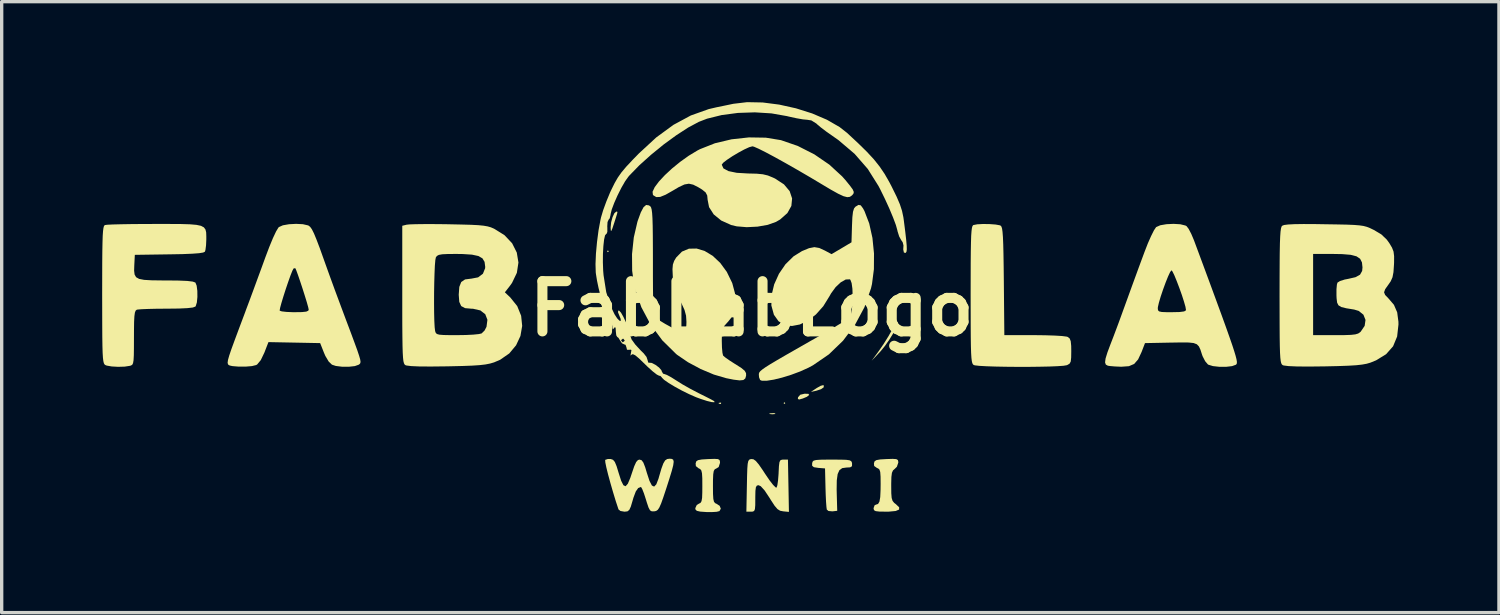
<source format=kicad_pcb>
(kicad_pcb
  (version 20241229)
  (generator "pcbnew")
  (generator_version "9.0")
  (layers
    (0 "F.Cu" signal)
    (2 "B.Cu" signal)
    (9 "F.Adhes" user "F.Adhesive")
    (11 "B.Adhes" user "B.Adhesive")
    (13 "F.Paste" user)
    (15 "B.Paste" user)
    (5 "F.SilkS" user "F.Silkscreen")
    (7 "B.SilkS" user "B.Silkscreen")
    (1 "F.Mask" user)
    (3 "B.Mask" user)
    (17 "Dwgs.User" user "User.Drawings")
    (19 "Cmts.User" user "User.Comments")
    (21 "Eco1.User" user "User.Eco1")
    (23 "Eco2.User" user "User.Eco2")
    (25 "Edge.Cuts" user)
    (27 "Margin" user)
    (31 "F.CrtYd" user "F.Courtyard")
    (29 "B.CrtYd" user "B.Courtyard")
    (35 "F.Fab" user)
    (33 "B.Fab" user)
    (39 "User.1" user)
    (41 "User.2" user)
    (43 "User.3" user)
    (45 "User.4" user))
  (footprint "FabLabLogo"
    (layer "F.Cu")
    (at 19.393 6.165)
    (property "Reference" "FabLabLogo" (at 0 0 0) (layer "F.SilkS") (effects (font (size 1.5 1.5) (thickness 0.3))))
    (attr board_only exclude_from_pos_files exclude_from_bom)
    (fp_poly (pts (xy -4.268 -1.713) (xy -4.295 -1.686) (xy -4.321 -1.713) (xy -4.295 -1.739)) (stroke (width 0) (type solid)) (fill yes) (layer "F.SilkS"))
    (fp_poly (pts (xy 1.001 2.819) (xy 0.975 2.846) (xy 0.949 2.819) (xy 0.975 2.793)) (stroke (width 0) (type solid)) (fill yes) (layer "F.SilkS"))
    (fp_poly (pts (xy -0.913 2.811) (xy -0.921 2.842) (xy -0.949 2.846) (xy -0.992 2.826) (xy -0.984 2.811) (xy -0.921 2.804)) (stroke (width 0) (type solid)) (fill yes) (layer "F.SilkS"))
    (fp_poly (pts (xy 0.699 3.127) (xy 0.701 3.145) (xy 0.618 3.152) (xy 0.606 3.152) (xy 0.524 3.144) (xy 0.532 3.128) (xy 0.541 3.125) (xy 0.656 3.118)) (stroke (width 0) (type solid)) (fill yes) (layer "F.SilkS"))
    (fp_poly (pts (xy 2.146 2.287) (xy 2.15 2.345) (xy 2.067 2.404) (xy 1.923 2.451) (xy 1.765 2.485) (xy 1.939 2.369) (xy 2.056 2.303) (xy 2.135 2.282)) (stroke (width 0) (type solid)) (fill yes) (layer "F.SilkS"))
    (fp_poly (pts (xy 1.69 2.542) (xy 1.714 2.575) (xy 1.648 2.629) (xy 1.525 2.681) (xy 1.415 2.712) (xy 1.377 2.696) (xy 1.38 2.647) (xy 1.446 2.57) (xy 1.574 2.539)) (stroke (width 0) (type solid)) (fill yes) (layer "F.SilkS"))
    (fp_poly (pts (xy -4.02 -2.898) (xy -4.011 -2.882) (xy -4.022 -2.829) (xy -4.057 -2.717) (xy -4.108 -2.556) (xy -4.163 -2.391) (xy -4.194 -2.319) (xy -4.208 -2.33) (xy -4.213 -2.415) (xy -4.213 -2.427) (xy -4.198 -2.581) (xy -4.156 -2.734) (xy -4.101 -2.851) (xy -4.045 -2.898)) (stroke (width 0) (type solid)) (fill yes) (layer "F.SilkS"))
    (fp_poly (pts (xy 4.356 0.455) (xy 4.304 0.583) (xy 4.214 0.75) (xy 4.1 0.935) (xy 3.973 1.115) (xy 3.849 1.268) (xy 3.831 1.287) (xy 3.579 1.555) (xy 3.791 1.265) (xy 3.937 1.053) (xy 4.085 0.815) (xy 4.168 0.668) (xy 4.254 0.517) (xy 4.322 0.417) (xy 4.358 0.388)) (stroke (width 0) (type solid)) (fill yes) (layer "F.SilkS"))
    (fp_poly (pts (xy 2.651 4.507) (xy 2.818 4.512) (xy 2.918 4.526) (xy 2.968 4.552) (xy 2.989 4.593) (xy 2.994 4.624) (xy 2.992 4.703) (xy 2.937 4.737) (xy 2.822 4.743) (xy 2.701 4.76) (xy 2.617 4.82) (xy 2.564 4.937) (xy 2.538 5.125) (xy 2.534 5.398) (xy 2.537 5.533) (xy 2.551 6.034) (xy 2.408 6.051) (xy 2.29 6.04) (xy 2.24 5.998) (xy 2.229 5.919) (xy 2.217 5.76) (xy 2.207 5.545) (xy 2.201 5.349) (xy 2.187 4.769) (xy 1.986 4.753) (xy 1.855 4.733) (xy 1.803 4.691) (xy 1.802 4.621) (xy 1.814 4.57) (xy 1.847 4.537) (xy 1.92 4.518) (xy 2.051 4.509) (xy 2.259 4.506) (xy 2.398 4.506)) (stroke (width 0) (type solid)) (fill yes) (layer "F.SilkS"))
    (fp_poly (pts (xy -1.01 4.49) (xy -0.962 4.518) (xy -0.949 4.573) (xy -0.949 4.605) (xy -0.988 4.727) (xy -1.054 4.769) (xy -1.104 4.794) (xy -1.135 4.846) (xy -1.151 4.944) (xy -1.158 5.111) (xy -1.159 5.296) (xy -1.157 5.53) (xy -1.148 5.679) (xy -1.128 5.764) (xy -1.092 5.807) (xy -1.059 5.821) (xy -0.959 5.885) (xy -0.924 5.972) (xy -0.965 6.043) (xy -1.048 6.064) (xy -1.2 6.073) (xy -1.357 6.071) (xy -1.54 6.058) (xy -1.64 6.035) (xy -1.681 5.995) (xy -1.686 5.956) (xy -1.642 5.861) (xy -1.581 5.823) (xy -1.531 5.798) (xy -1.5 5.747) (xy -1.483 5.648) (xy -1.477 5.481) (xy -1.476 5.296) (xy -1.477 5.064) (xy -1.486 4.916) (xy -1.506 4.83) (xy -1.541 4.787) (xy -1.584 4.768) (xy -1.669 4.7) (xy -1.676 4.62) (xy -1.657 4.558) (xy -1.604 4.522) (xy -1.494 4.502) (xy -1.304 4.49) (xy -1.116 4.484)) (stroke (width 0) (type solid)) (fill yes) (layer "F.SilkS"))
    (fp_poly (pts (xy 4.313 4.491) (xy 4.361 4.518) (xy 4.374 4.572) (xy 4.374 4.596) (xy 4.332 4.719) (xy 4.268 4.783) (xy 4.216 4.829) (xy 4.184 4.901) (xy 4.168 5.024) (xy 4.163 5.222) (xy 4.163 5.292) (xy 4.165 5.511) (xy 4.176 5.65) (xy 4.203 5.737) (xy 4.251 5.797) (xy 4.303 5.837) (xy 4.4 5.93) (xy 4.398 5.997) (xy 4.297 6.04) (xy 4.094 6.059) (xy 4.002 6.06) (xy 3.809 6.057) (xy 3.699 6.044) (xy 3.649 6.015) (xy 3.636 5.962) (xy 3.636 5.955) (xy 3.667 5.869) (xy 3.71 5.849) (xy 3.77 5.83) (xy 3.811 5.76) (xy 3.835 5.625) (xy 3.845 5.41) (xy 3.847 5.234) (xy 3.845 5.015) (xy 3.835 4.878) (xy 3.812 4.804) (xy 3.771 4.768) (xy 3.739 4.757) (xy 3.654 4.696) (xy 3.647 4.617) (xy 3.666 4.557) (xy 3.721 4.521) (xy 3.833 4.501) (xy 4.018 4.49) (xy 4.207 4.484)) (stroke (width 0) (type solid)) (fill yes) (layer "F.SilkS"))
    (fp_poly (pts (xy 0.05 4.496) (xy 0.121 4.546) (xy 0.211 4.653) (xy 0.334 4.831) (xy 0.398 4.93) (xy 0.528 5.121) (xy 0.637 5.261) (xy 0.713 5.336) (xy 0.74 5.342) (xy 0.764 5.27) (xy 0.785 5.123) (xy 0.8 4.93) (xy 0.801 4.901) (xy 0.811 4.7) (xy 0.826 4.582) (xy 0.855 4.525) (xy 0.905 4.507) (xy 0.949 4.506) (xy 1.08 4.506) (xy 1.095 5.286) (xy 1.109 6.067) (xy 0.937 6.05) (xy 0.845 6.032) (xy 0.767 5.983) (xy 0.683 5.885) (xy 0.574 5.719) (xy 0.533 5.652) (xy 0.384 5.428) (xy 0.269 5.301) (xy 0.203 5.27) (xy 0.153 5.281) (xy 0.123 5.33) (xy 0.109 5.438) (xy 0.105 5.626) (xy 0.105 5.665) (xy 0.104 5.866) (xy 0.094 5.984) (xy 0.069 6.041) (xy 0.02 6.059) (xy -0.028 6.06) (xy -0.161 6.06) (xy -0.146 5.283) (xy -0.14 4.982) (xy -0.133 4.771) (xy -0.122 4.632) (xy -0.104 4.55) (xy -0.077 4.509) (xy -0.038 4.493) (xy -0.014 4.489)) (stroke (width 0) (type solid)) (fill yes) (layer "F.SilkS"))
    (fp_poly (pts (xy 7.101 -2.525) (xy 7.279 -2.512) (xy 7.405 -2.489) (xy 7.43 -2.478) (xy 7.453 -2.45) (xy 7.472 -2.391) (xy 7.486 -2.29) (xy 7.498 -2.137) (xy 7.507 -1.921) (xy 7.514 -1.631) (xy 7.52 -1.256) (xy 7.525 -0.819) (xy 7.54 0.79) (xy 8.437 0.79) (xy 8.762 0.794) (xy 9.042 0.803) (xy 9.26 0.816) (xy 9.399 0.834) (xy 9.436 0.845) (xy 9.491 0.891) (xy 9.522 0.971) (xy 9.536 1.112) (xy 9.538 1.268) (xy 9.535 1.462) (xy 9.522 1.578) (xy 9.488 1.641) (xy 9.427 1.678) (xy 9.403 1.688) (xy 9.308 1.704) (xy 9.127 1.717) (xy 8.881 1.727) (xy 8.585 1.733) (xy 8.259 1.737) (xy 7.92 1.737) (xy 7.586 1.734) (xy 7.276 1.728) (xy 7.006 1.719) (xy 6.795 1.707) (xy 6.662 1.692) (xy 6.627 1.682) (xy 6.603 1.662) (xy 6.584 1.626) (xy 6.569 1.563) (xy 6.557 1.464) (xy 6.548 1.318) (xy 6.542 1.117) (xy 6.538 0.849) (xy 6.536 0.505) (xy 6.535 0.075) (xy 6.534 -0.419) (xy 6.535 -0.942) (xy 6.536 -1.369) (xy 6.539 -1.71) (xy 6.544 -1.975) (xy 6.55 -2.173) (xy 6.56 -2.314) (xy 6.572 -2.407) (xy 6.587 -2.463) (xy 6.607 -2.491) (xy 6.618 -2.497) (xy 6.733 -2.519) (xy 6.906 -2.528)) (stroke (width 0) (type solid)) (fill yes) (layer "F.SilkS"))
    (fp_poly (pts (xy -2.386 4.485) (xy -2.345 4.51) (xy -2.331 4.569) (xy -2.345 4.675) (xy -2.388 4.842) (xy -2.462 5.084) (xy -2.547 5.349) (xy -2.638 5.624) (xy -2.706 5.815) (xy -2.76 5.937) (xy -2.807 6.006) (xy -2.856 6.039) (xy -2.91 6.05) (xy -2.984 6.051) (xy -3.037 6.021) (xy -3.082 5.937) (xy -3.135 5.78) (xy -3.161 5.694) (xy -3.219 5.515) (xy -3.271 5.383) (xy -3.306 5.324) (xy -3.309 5.323) (xy -3.391 5.355) (xy -3.462 5.456) (xy -3.532 5.641) (xy -3.558 5.731) (xy -3.611 5.909) (xy -3.657 6.008) (xy -3.712 6.051) (xy -3.794 6.06) (xy -3.803 6.06) (xy -3.92 6.04) (xy -3.978 5.994) (xy -4.061 5.743) (xy -4.143 5.472) (xy -4.221 5.202) (xy -4.289 4.952) (xy -4.341 4.742) (xy -4.372 4.59) (xy -4.377 4.517) (xy -4.376 4.514) (xy -4.295 4.487) (xy -4.21 4.488) (xy -4.142 4.512) (xy -4.088 4.576) (xy -4.036 4.701) (xy -3.975 4.901) (xy -3.899 5.138) (xy -3.832 5.271) (xy -3.767 5.301) (xy -3.7 5.226) (xy -3.625 5.048) (xy -3.581 4.916) (xy -3.509 4.705) (xy -3.451 4.578) (xy -3.397 4.518) (xy -3.348 4.506) (xy -3.288 4.525) (xy -3.237 4.594) (xy -3.182 4.734) (xy -3.132 4.901) (xy -3.053 5.142) (xy -2.982 5.279) (xy -2.915 5.312) (xy -2.85 5.244) (xy -2.784 5.073) (xy -2.77 5.022) (xy -2.699 4.779) (xy -2.641 4.621) (xy -2.587 4.53) (xy -2.526 4.489) (xy -2.452 4.479)) (stroke (width 0) (type solid)) (fill yes) (layer "F.SilkS"))
    (fp_poly (pts (xy 3.254 -3.085) (xy 3.322 -2.992) (xy 3.365 -2.912) (xy 3.506 -2.545) (xy 3.602 -2.113) (xy 3.649 -1.647) (xy 3.646 -1.178) (xy 3.589 -0.736) (xy 3.559 -0.606) (xy 3.363 -0.042) (xy 3.081 0.483) (xy 2.724 0.957) (xy 2.302 1.364) (xy 1.827 1.69) (xy 1.691 1.763) (xy 1.445 1.874) (xy 1.176 1.974) (xy 0.908 2.057) (xy 0.659 2.118) (xy 0.451 2.151) (xy 0.305 2.152) (xy 0.25 2.13) (xy 0.218 2.05) (xy 0.211 1.973) (xy 0.213 1.938) (xy 0.225 1.903) (xy 0.257 1.864) (xy 0.316 1.814) (xy 0.411 1.747) (xy 0.552 1.658) (xy 0.747 1.542) (xy 1.005 1.392) (xy 1.335 1.203) (xy 1.745 0.969) (xy 1.871 0.898) (xy 2.162 0.731) (xy 2.426 0.576) (xy 2.648 0.444) (xy 2.812 0.343) (xy 2.903 0.283) (xy 2.912 0.276) (xy 2.956 0.187) (xy 2.988 0.027) (xy 3.007 -0.174) (xy 3.012 -0.392) (xy 3.004 -0.597) (xy 2.981 -0.763) (xy 2.944 -0.862) (xy 2.926 -0.876) (xy 2.805 -0.871) (xy 2.658 -0.788) (xy 2.505 -0.645) (xy 2.368 -0.458) (xy 2.322 -0.376) (xy 2.134 -0.072) (xy 1.915 0.173) (xy 1.678 0.356) (xy 1.435 0.472) (xy 1.199 0.517) (xy 0.983 0.486) (xy 0.799 0.375) (xy 0.661 0.182) (xy 0.585 -0.094) (xy 0.591 -0.404) (xy 0.669 -0.726) (xy 0.811 -1.041) (xy 1.007 -1.327) (xy 1.249 -1.564) (xy 1.499 -1.719) (xy 1.709 -1.806) (xy 1.869 -1.837) (xy 2.015 -1.812) (xy 2.18 -1.736) (xy 2.382 -1.628) (xy 2.68 -1.804) (xy 2.977 -1.981) (xy 2.992 -2.479) (xy 3.003 -2.729) (xy 3.022 -2.893) (xy 3.053 -2.992) (xy 3.094 -3.043) (xy 3.186 -3.098)) (stroke (width 0) (type solid)) (fill yes) (layer "F.SilkS"))
    (fp_poly (pts (xy 0.419 -5.105) (xy 0.872 -5.031) (xy 1.375 -4.857) (xy 1.866 -4.608) (xy 2.316 -4.3) (xy 2.698 -3.949) (xy 2.794 -3.841) (xy 2.935 -3.668) (xy 3.016 -3.556) (xy 3.046 -3.483) (xy 3.034 -3.431) (xy 2.993 -3.383) (xy 2.93 -3.339) (xy 2.85 -3.329) (xy 2.738 -3.358) (xy 2.579 -3.432) (xy 2.358 -3.555) (xy 2.15 -3.679) (xy 1.75 -3.918) (xy 1.366 -4.142) (xy 1.008 -4.346) (xy 0.689 -4.523) (xy 0.419 -4.667) (xy 0.208 -4.773) (xy 0.069 -4.834) (xy 0.02 -4.847) (xy -0.076 -4.821) (xy -0.224 -4.753) (xy -0.401 -4.657) (xy -0.581 -4.55) (xy -0.74 -4.444) (xy -0.853 -4.356) (xy -0.896 -4.299) (xy -0.846 -4.188) (xy -0.696 -4.107) (xy -0.45 -4.056) (xy -0.108 -4.036) (xy -0.108 -4.036) (xy 0.146 -4.03) (xy 0.331 -4.012) (xy 0.481 -3.976) (xy 0.632 -3.914) (xy 0.696 -3.884) (xy 0.961 -3.711) (xy 1.131 -3.509) (xy 1.204 -3.29) (xy 1.182 -3.067) (xy 1.063 -2.854) (xy 0.847 -2.663) (xy 0.72 -2.589) (xy 0.475 -2.502) (xy 0.171 -2.449) (xy -0.151 -2.433) (xy -0.451 -2.458) (xy -0.614 -2.497) (xy -0.913 -2.632) (xy -1.136 -2.814) (xy -1.275 -3.031) (xy -1.318 -3.251) (xy -1.33 -3.378) (xy -1.378 -3.471) (xy -1.485 -3.557) (xy -1.597 -3.625) (xy -1.748 -3.702) (xy -1.877 -3.731) (xy -2.01 -3.708) (xy -2.179 -3.629) (xy -2.345 -3.531) (xy -2.572 -3.402) (xy -2.735 -3.336) (xy -2.851 -3.331) (xy -2.936 -3.382) (xy -2.951 -3.399) (xy -2.962 -3.49) (xy -2.898 -3.627) (xy -2.771 -3.797) (xy -2.593 -3.988) (xy -2.377 -4.188) (xy -2.135 -4.385) (xy -1.88 -4.567) (xy -1.625 -4.721) (xy -1.546 -4.762) (xy -1.101 -4.938) (xy -0.604 -5.056) (xy -0.086 -5.113)) (stroke (width 0) (type solid)) (fill yes) (layer "F.SilkS"))
    (fp_poly (pts (xy -17.392 -2.529) (xy -17.041 -2.527) (xy -16.773 -2.519) (xy -16.577 -2.502) (xy -16.442 -2.473) (xy -16.356 -2.427) (xy -16.309 -2.363) (xy -16.288 -2.277) (xy -16.284 -2.164) (xy -16.284 -2.065) (xy -16.292 -1.889) (xy -16.31 -1.752) (xy -16.326 -1.701) (xy -16.377 -1.676) (xy -16.5 -1.656) (xy -16.704 -1.641) (xy -16.996 -1.629) (xy -17.384 -1.622) (xy -17.392 -1.622) (xy -18.418 -1.607) (xy -18.434 -1.293) (xy -18.439 -1.136) (xy -18.425 -1.02) (xy -18.38 -0.94) (xy -18.29 -0.889) (xy -18.14 -0.86) (xy -17.918 -0.847) (xy -17.609 -0.843) (xy -17.47 -0.843) (xy -17.111 -0.839) (xy -16.852 -0.828) (xy -16.687 -0.808) (xy -16.611 -0.78) (xy -16.61 -0.78) (xy -16.572 -0.687) (xy -16.552 -0.531) (xy -16.55 -0.35) (xy -16.566 -0.185) (xy -16.6 -0.076) (xy -16.61 -0.063) (xy -16.685 -0.035) (xy -16.848 -0.016) (xy -17.105 -0.004) (xy -17.461 -0.000004) (xy -17.475 0) (xy -17.761 0.002) (xy -18.013 0.008) (xy -18.211 0.016) (xy -18.334 0.026) (xy -18.361 0.032) (xy -18.393 0.058) (xy -18.416 0.118) (xy -18.431 0.227) (xy -18.44 0.4) (xy -18.443 0.653) (xy -18.444 0.869) (xy -18.445 1.176) (xy -18.448 1.394) (xy -18.456 1.538) (xy -18.471 1.626) (xy -18.495 1.674) (xy -18.532 1.696) (xy -18.563 1.706) (xy -18.72 1.73) (xy -18.916 1.736) (xy -19.109 1.725) (xy -19.257 1.699) (xy -19.3 1.682) (xy -19.324 1.662) (xy -19.343 1.626) (xy -19.358 1.563) (xy -19.37 1.464) (xy -19.379 1.318) (xy -19.385 1.117) (xy -19.389 0.849) (xy -19.391 0.505) (xy -19.392 0.075) (xy -19.393 -0.419) (xy -19.392 -0.942) (xy -19.391 -1.369) (xy -19.388 -1.71) (xy -19.383 -1.975) (xy -19.377 -2.173) (xy -19.367 -2.314) (xy -19.355 -2.407) (xy -19.34 -2.463) (xy -19.32 -2.491) (xy -19.309 -2.497) (xy -19.236 -2.506) (xy -19.072 -2.514) (xy -18.832 -2.52) (xy -18.532 -2.525) (xy -18.185 -2.528) (xy -17.837 -2.529)) (stroke (width 0) (type solid)) (fill yes) (layer "F.SilkS"))
    (fp_poly (pts (xy -13.402 -2.522) (xy -13.249 -2.487) (xy -13.227 -2.477) (xy -13.181 -2.439) (xy -13.13 -2.366) (xy -13.07 -2.246) (xy -12.995 -2.065) (xy -12.899 -1.813) (xy -12.778 -1.475) (xy -12.75 -1.396) (xy -12.615 -1.02) (xy -12.454 -0.578) (xy -12.261 -0.059) (xy -12.116 0.329) (xy -11.97 0.716) (xy -11.859 1.016) (xy -11.777 1.24) (xy -11.723 1.402) (xy -11.691 1.512) (xy -11.68 1.582) (xy -11.686 1.624) (xy -11.704 1.65) (xy -11.733 1.672) (xy -11.734 1.673) (xy -11.85 1.714) (xy -12.03 1.734) (xy -12.232 1.733) (xy -12.418 1.71) (xy -12.533 1.672) (xy -12.631 1.578) (xy -12.73 1.411) (xy -12.771 1.317) (xy -12.885 1.028) (xy -13.657 1.013) (xy -14.429 0.998) (xy -14.551 1.313) (xy -14.658 1.536) (xy -14.765 1.665) (xy -14.796 1.683) (xy -14.922 1.714) (xy -15.111 1.73) (xy -15.317 1.73) (xy -15.499 1.715) (xy -15.559 1.703) (xy -15.606 1.688) (xy -15.636 1.662) (xy -15.648 1.615) (xy -15.637 1.532) (xy -15.601 1.403) (xy -15.537 1.214) (xy -15.442 0.954) (xy -15.314 0.61) (xy -15.283 0.527) (xy -15.123 0.102) (xy -15.106 0.054) (xy -14.094 0.054) (xy -14.092 0.06) (xy -14.03 0.081) (xy -13.889 0.097) (xy -13.698 0.105) (xy -13.645 0.105) (xy -13.43 0.102) (xy -13.3 0.088) (xy -13.239 0.06) (xy -13.227 0.027) (xy -13.243 -0.047) (xy -13.284 -0.194) (xy -13.344 -0.389) (xy -13.413 -0.606) (xy -13.484 -0.821) (xy -13.549 -1.01) (xy -13.599 -1.147) (xy -13.627 -1.208) (xy -13.676 -1.202) (xy -13.679 -1.199) (xy -13.715 -1.132) (xy -13.771 -0.991) (xy -13.839 -0.8) (xy -13.912 -0.585) (xy -13.982 -0.367) (xy -14.041 -0.172) (xy -14.081 -0.024) (xy -14.094 0.054) (xy -15.106 0.054) (xy -14.99 -0.255) (xy -14.871 -0.577) (xy -14.755 -0.893) (xy -14.629 -1.236) (xy -14.523 -1.528) (xy -14.403 -1.845) (xy -14.294 -2.109) (xy -14.201 -2.306) (xy -14.132 -2.42) (xy -14.116 -2.437) (xy -13.998 -2.489) (xy -13.815 -2.521) (xy -13.603 -2.532)) (stroke (width 0) (type solid)) (fill yes) (layer "F.SilkS"))
    (fp_poly (pts (xy -3.071 -3.084) (xy -3.029 -3.056) (xy -3.007 -3.023) (xy -2.989 -2.96) (xy -2.975 -2.856) (xy -2.965 -2.699) (xy -2.958 -2.479) (xy -2.954 -2.185) (xy -2.952 -1.806) (xy -2.951 -1.398) (xy -2.951 -0.943) (xy -2.949 -0.583) (xy -2.945 -0.304) (xy -2.939 -0.096) (xy -2.93 0.052) (xy -2.916 0.153) (xy -2.898 0.217) (xy -2.876 0.257) (xy -2.859 0.274) (xy -2.744 0.358) (xy -2.584 0.455) (xy -2.405 0.553) (xy -2.232 0.637) (xy -2.092 0.695) (xy -2.011 0.714) (xy -2.004 0.712) (xy -1.974 0.645) (xy -1.954 0.507) (xy -1.95 0.394) (xy -1.962 0.209) (xy -2.008 0.038) (xy -2.099 -0.161) (xy -2.143 -0.242) (xy -2.255 -0.467) (xy -2.32 -0.662) (xy -2.352 -0.88) (xy -2.358 -0.968) (xy -2.367 -1.177) (xy -2.355 -1.318) (xy -2.317 -1.427) (xy -2.256 -1.528) (xy -2.084 -1.704) (xy -1.876 -1.791) (xy -1.646 -1.795) (xy -1.406 -1.722) (xy -1.167 -1.578) (xy -0.943 -1.368) (xy -0.746 -1.099) (xy -0.588 -0.775) (xy -0.581 -0.757) (xy -0.502 -0.462) (xy -0.476 -0.172) (xy -0.508 0.076) (xy -0.524 0.123) (xy -0.592 0.244) (xy -0.702 0.383) (xy -0.734 0.418) (xy -0.819 0.513) (xy -0.868 0.604) (xy -0.889 0.724) (xy -0.895 0.907) (xy -0.895 0.964) (xy -0.89 1.159) (xy -0.876 1.314) (xy -0.857 1.398) (xy -0.856 1.4) (xy -0.794 1.454) (xy -0.668 1.543) (xy -0.503 1.649) (xy -0.485 1.659) (xy -0.311 1.771) (xy -0.212 1.853) (xy -0.171 1.925) (xy -0.169 1.998) (xy -0.193 2.083) (xy -0.251 2.13) (xy -0.363 2.141) (xy -0.543 2.119) (xy -0.764 2.075) (xy -1.132 1.967) (xy -1.527 1.801) (xy -1.905 1.598) (xy -2.226 1.379) (xy -2.259 1.352) (xy -2.669 0.948) (xy -3.02 0.475) (xy -3.297 -0.045) (xy -3.486 -0.588) (xy -3.508 -0.678) (xy -3.571 -1.131) (xy -3.575 -1.628) (xy -3.522 -2.128) (xy -3.415 -2.589) (xy -3.404 -2.625) (xy -3.313 -2.874) (xy -3.232 -3.028) (xy -3.154 -3.096)) (stroke (width 0) (type solid)) (fill yes) (layer "F.SilkS"))
    (fp_poly (pts (xy 12.793 -2.52) (xy 12.944 -2.483) (xy 12.98 -2.464) (xy 13.041 -2.384) (xy 13.12 -2.234) (xy 13.199 -2.047) (xy 13.206 -2.029) (xy 13.461 -1.342) (xy 13.681 -0.748) (xy 13.868 -0.239) (xy 14.026 0.192) (xy 14.156 0.551) (xy 14.26 0.845) (xy 14.342 1.081) (xy 14.402 1.266) (xy 14.444 1.405) (xy 14.47 1.508) (xy 14.482 1.578) (xy 14.482 1.625) (xy 14.472 1.654) (xy 14.455 1.672) (xy 14.454 1.673) (xy 14.339 1.715) (xy 14.159 1.736) (xy 13.955 1.735) (xy 13.766 1.714) (xy 13.632 1.673) (xy 13.617 1.664) (xy 13.535 1.568) (xy 13.458 1.418) (xy 13.438 1.361) (xy 13.394 1.224) (xy 13.349 1.127) (xy 13.287 1.063) (xy 13.191 1.026) (xy 13.042 1.01) (xy 12.823 1.008) (xy 12.518 1.013) (xy 12.502 1.013) (xy 11.739 1.028) (xy 11.638 1.291) (xy 11.534 1.514) (xy 11.416 1.65) (xy 11.259 1.717) (xy 11.037 1.733) (xy 11.021 1.733) (xy 10.839 1.725) (xy 10.691 1.712) (xy 10.632 1.703) (xy 10.57 1.67) (xy 10.547 1.604) (xy 10.562 1.487) (xy 10.618 1.305) (xy 10.702 1.08) (xy 10.793 0.845) (xy 10.882 0.609) (xy 10.953 0.419) (xy 10.962 0.395) (xy 11.11 -0.013) (xy 12.121 -0.013) (xy 12.127 0.046) (xy 12.16 0.081) (xy 12.241 0.099) (xy 12.391 0.105) (xy 12.542 0.105) (xy 12.772 0.1) (xy 12.908 0.082) (xy 12.962 0.049) (xy 12.963 0.04) (xy 12.947 -0.057) (xy 12.902 -0.214) (xy 12.839 -0.41) (xy 12.764 -0.62) (xy 12.687 -0.822) (xy 12.617 -0.993) (xy 12.561 -1.108) (xy 12.529 -1.146) (xy 12.488 -1.091) (xy 12.427 -0.96) (xy 12.354 -0.778) (xy 12.278 -0.57) (xy 12.208 -0.362) (xy 12.154 -0.179) (xy 12.124 -0.047) (xy 12.121 -0.013) (xy 11.11 -0.013) (xy 11.125 -0.054) (xy 11.259 -0.423) (xy 11.37 -0.729) (xy 11.466 -0.991) (xy 11.552 -1.227) (xy 11.636 -1.454) (xy 11.722 -1.686) (xy 11.822 -1.944) (xy 11.921 -2.168) (xy 12.006 -2.338) (xy 12.069 -2.432) (xy 12.075 -2.437) (xy 12.195 -2.49) (xy 12.38 -2.522) (xy 12.592 -2.532)) (stroke (width 0) (type solid)) (fill yes) (layer "F.SilkS"))
    (fp_poly (pts (xy -9.488 -2.525) (xy -9.154 -2.522) (xy -9.052 -2.52) (xy -8.673 -2.512) (xy -8.383 -2.504) (xy -8.165 -2.493) (xy -8.004 -2.477) (xy -7.884 -2.456) (xy -7.787 -2.428) (xy -7.699 -2.39) (xy -7.694 -2.388) (xy -7.382 -2.194) (xy -7.154 -1.952) (xy -7.015 -1.675) (xy -6.966 -1.377) (xy -7.013 -1.07) (xy -7.158 -0.768) (xy -7.222 -0.679) (xy -7.371 -0.488) (xy -7.21 -0.336) (xy -7.002 -0.077) (xy -6.885 0.212) (xy -6.854 0.514) (xy -6.906 0.814) (xy -7.036 1.093) (xy -7.239 1.336) (xy -7.513 1.526) (xy -7.694 1.603) (xy -7.812 1.638) (xy -7.949 1.665) (xy -8.12 1.685) (xy -8.344 1.7) (xy -8.635 1.711) (xy -9.011 1.72) (xy -9.117 1.722) (xy -9.571 1.727) (xy -9.921 1.725) (xy -10.168 1.714) (xy -10.311 1.696) (xy -10.342 1.685) (xy -10.365 1.665) (xy -10.384 1.627) (xy -10.4 1.564) (xy -10.411 1.464) (xy -10.42 1.318) (xy -10.426 1.116) (xy -10.43 0.848) (xy -10.433 0.504) (xy -10.434 0.073) (xy -10.434 -0.173) (xy -9.485 -0.173) (xy -9.483 0.113) (xy -9.477 0.362) (xy -9.467 0.554) (xy -9.453 0.668) (xy -9.452 0.672) (xy -9.434 0.722) (xy -9.399 0.756) (xy -9.328 0.776) (xy -9.203 0.786) (xy -9.006 0.79) (xy -8.791 0.79) (xy -8.536 0.786) (xy -8.313 0.775) (xy -8.147 0.758) (xy -8.065 0.739) (xy -7.977 0.652) (xy -7.919 0.541) (xy -7.892 0.332) (xy -7.956 0.166) (xy -8.103 0.052) (xy -8.323 0.002) (xy -8.369 0.001) (xy -8.56 -0.016) (xy -8.675 -0.078) (xy -8.732 -0.203) (xy -8.748 -0.412) (xy -8.748 -0.42) (xy -8.731 -0.651) (xy -8.673 -0.797) (xy -8.56 -0.873) (xy -8.381 -0.896) (xy -8.375 -0.896) (xy -8.17 -0.935) (xy -8.026 -1.044) (xy -7.96 -1.208) (xy -7.958 -1.252) (xy -7.977 -1.397) (xy -8.04 -1.502) (xy -8.161 -1.572) (xy -8.352 -1.613) (xy -8.628 -1.631) (xy -8.821 -1.634) (xy -9.073 -1.632) (xy -9.239 -1.624) (xy -9.341 -1.606) (xy -9.398 -1.575) (xy -9.431 -1.532) (xy -9.447 -1.45) (xy -9.461 -1.283) (xy -9.471 -1.052) (xy -9.479 -0.776) (xy -9.484 -0.477) (xy -9.485 -0.173) (xy -10.434 -0.173) (xy -10.434 -0.423) (xy -10.434 -2.475) (xy -10.304 -2.507) (xy -10.214 -2.516) (xy -10.036 -2.522) (xy -9.788 -2.525)) (stroke (width 0) (type solid)) (fill yes) (layer "F.SilkS"))
    (fp_poly (pts (xy 16.836 -2.525) (xy 17.085 -2.521) (xy 17.466 -2.515) (xy 17.758 -2.509) (xy 17.978 -2.5) (xy 18.14 -2.487) (xy 18.263 -2.469) (xy 18.361 -2.443) (xy 18.453 -2.407) (xy 18.552 -2.359) (xy 18.568 -2.352) (xy 18.794 -2.218) (xy 18.957 -2.062) (xy 19.033 -1.957) (xy 19.114 -1.821) (xy 19.159 -1.704) (xy 19.176 -1.568) (xy 19.175 -1.375) (xy 19.172 -1.313) (xy 19.157 -1.091) (xy 19.128 -0.938) (xy 19.075 -0.818) (xy 19.01 -0.724) (xy 18.91 -0.583) (xy 18.876 -0.489) (xy 18.908 -0.41) (xy 19.002 -0.312) (xy 19.171 -0.115) (xy 19.268 0.11) (xy 19.305 0.391) (xy 19.306 0.474) (xy 19.266 0.831) (xy 19.145 1.124) (xy 18.937 1.359) (xy 18.639 1.542) (xy 18.47 1.611) (xy 18.357 1.644) (xy 18.219 1.669) (xy 18.04 1.689) (xy 17.803 1.703) (xy 17.493 1.714) (xy 17.094 1.723) (xy 17.074 1.723) (xy 16.621 1.728) (xy 16.271 1.725) (xy 16.024 1.714) (xy 15.88 1.696) (xy 15.849 1.685) (xy 15.825 1.664) (xy 15.806 1.627) (xy 15.791 1.563) (xy 15.779 1.463) (xy 15.77 1.316) (xy 15.764 1.112) (xy 15.76 0.842) (xy 15.758 0.495) (xy 15.757 0.061) (xy 15.756 -0.391) (xy 15.757 -0.917) (xy 15.759 -1.346) (xy 15.761 -1.634) (xy 16.758 -1.634) (xy 16.758 -0.422) (xy 16.758 0.79) (xy 17.416 0.79) (xy 17.696 0.789) (xy 17.89 0.782) (xy 18.019 0.767) (xy 18.103 0.742) (xy 18.161 0.703) (xy 18.179 0.686) (xy 18.297 0.512) (xy 18.322 0.336) (xy 18.26 0.18) (xy 18.119 0.067) (xy 17.983 0.026) (xy 17.749 -0.012) (xy 17.599 -0.049) (xy 17.514 -0.101) (xy 17.474 -0.182) (xy 17.459 -0.31) (xy 17.455 -0.397) (xy 17.455 -0.577) (xy 17.468 -0.719) (xy 17.486 -0.779) (xy 17.56 -0.825) (xy 17.701 -0.87) (xy 17.801 -0.889) (xy 18.024 -0.94) (xy 18.159 -1.015) (xy 18.222 -1.127) (xy 18.232 -1.232) (xy 18.216 -1.381) (xy 18.161 -1.49) (xy 18.053 -1.563) (xy 17.878 -1.608) (xy 17.624 -1.629) (xy 17.341 -1.634) (xy 16.758 -1.634) (xy 15.761 -1.634) (xy 15.762 -1.69) (xy 15.767 -1.956) (xy 15.775 -2.156) (xy 15.785 -2.298) (xy 15.799 -2.393) (xy 15.815 -2.449) (xy 15.834 -2.475) (xy 15.892 -2.498) (xy 16.012 -2.513) (xy 16.203 -2.523) (xy 16.474 -2.527)) (stroke (width 0) (type solid)) (fill yes) (layer "F.SilkS"))
    (fp_poly (pts (xy 0.325 -6.156) (xy 0.82 -6.092) (xy 1.32 -5.981) (xy 1.802 -5.829) (xy 2.244 -5.64) (xy 2.622 -5.422) (xy 2.842 -5.25) (xy 3.173 -4.942) (xy 3.437 -4.683) (xy 3.648 -4.455) (xy 3.819 -4.24) (xy 3.967 -4.021) (xy 4.105 -3.781) (xy 4.181 -3.635) (xy 4.323 -3.346) (xy 4.421 -3.118) (xy 4.485 -2.922) (xy 4.526 -2.729) (xy 4.539 -2.635) (xy 4.582 -2.298) (xy 4.61 -2.051) (xy 4.625 -1.879) (xy 4.628 -1.768) (xy 4.619 -1.703) (xy 4.599 -1.67) (xy 4.591 -1.664) (xy 4.542 -1.675) (xy 4.522 -1.768) (xy 4.529 -1.889) (xy 4.505 -1.983) (xy 4.461 -2.047) (xy 4.401 -2.155) (xy 4.352 -2.31) (xy 4.345 -2.345) (xy 4.302 -2.498) (xy 4.219 -2.72) (xy 4.108 -2.986) (xy 3.977 -3.273) (xy 3.838 -3.557) (xy 3.783 -3.662) (xy 3.463 -4.171) (xy 3.07 -4.622) (xy 2.593 -5.028) (xy 2.409 -5.158) (xy 2.222 -5.289) (xy 2.059 -5.413) (xy 1.948 -5.507) (xy 1.928 -5.527) (xy 1.779 -5.62) (xy 1.659 -5.639) (xy 1.529 -5.651) (xy 1.334 -5.685) (xy 1.11 -5.734) (xy 1.048 -5.749) (xy 0.589 -5.83) (xy 0.093 -5.861) (xy -0.413 -5.844) (xy -0.898 -5.78) (xy -1.335 -5.672) (xy -1.581 -5.577) (xy -1.897 -5.408) (xy -2.256 -5.175) (xy -2.635 -4.898) (xy -3.009 -4.593) (xy -3.356 -4.281) (xy -3.651 -3.978) (xy -3.682 -3.942) (xy -3.781 -3.804) (xy -3.893 -3.609) (xy -4.006 -3.384) (xy -4.106 -3.159) (xy -4.18 -2.962) (xy -4.215 -2.82) (xy -4.216 -2.801) (xy -4.241 -2.697) (xy -4.273 -2.658) (xy -4.306 -2.587) (xy -4.314 -2.457) (xy -4.312 -2.422) (xy -4.312 -2.291) (xy -4.337 -2.232) (xy -4.346 -2.231) (xy -4.381 -2.188) (xy -4.409 -2.061) (xy -4.43 -1.87) (xy -4.443 -1.638) (xy -4.445 -1.384) (xy -4.436 -1.13) (xy -4.425 -1.001) (xy -4.345 -0.493) (xy -4.206 -0.058) (xy -4.095 0.171) (xy -4.018 0.289) (xy -3.951 0.358) (xy -3.911 0.368) (xy -3.914 0.308) (xy -3.925 0.277) (xy -3.974 0.157) (xy -3.992 0.111) (xy -3.988 0.058) (xy -3.958 0.06) (xy -3.904 0.118) (xy -3.832 0.245) (xy -3.755 0.409) (xy -3.686 0.581) (xy -3.64 0.728) (xy -3.628 0.806) (xy -3.589 0.916) (xy -3.477 1.072) (xy -3.304 1.259) (xy -3.228 1.332) (xy -3.142 1.442) (xy -3.109 1.541) (xy -3.091 1.61) (xy -3.066 1.613) (xy -2.99 1.619) (xy -2.878 1.675) (xy -2.768 1.757) (xy -2.697 1.839) (xy -2.688 1.87) (xy -2.648 1.94) (xy -2.614 1.95) (xy -2.534 1.978) (xy -2.4 2.051) (xy -2.258 2.141) (xy -2.07 2.259) (xy -1.833 2.393) (xy -1.594 2.518) (xy -1.56 2.535) (xy -1.371 2.629) (xy -1.22 2.706) (xy -1.13 2.756) (xy -1.117 2.765) (xy -1.116 2.794) (xy -1.195 2.789) (xy -1.337 2.755) (xy -1.522 2.695) (xy -1.663 2.643) (xy -1.868 2.553) (xy -2.087 2.445) (xy -2.299 2.329) (xy -2.483 2.218) (xy -2.618 2.124) (xy -2.684 2.059) (xy -2.688 2.048) (xy -2.73 2.007) (xy -2.766 2.002) (xy -2.835 1.967) (xy -2.957 1.872) (xy -3.109 1.735) (xy -3.193 1.653) (xy -3.365 1.487) (xy -3.48 1.391) (xy -3.552 1.357) (xy -3.593 1.376) (xy -3.593 1.376) (xy -3.622 1.403) (xy -3.61 1.334) (xy -3.607 1.323) (xy -3.593 1.234) (xy -3.632 1.221) (xy -3.656 1.229) (xy -3.725 1.226) (xy -3.741 1.158) (xy -3.768 1.079) (xy -3.805 1.067) (xy -3.873 1.035) (xy -3.923 0.962) (xy -3.931 0.949) (xy -3.9 0.949) (xy -3.859 1) (xy -3.847 1.001) (xy -3.796 0.961) (xy -3.794 0.949) (xy -3.834 0.897) (xy -3.847 0.896) (xy -3.898 0.936) (xy -3.9 0.949) (xy -3.931 0.949) (xy -3.979 0.871) (xy -4.017 0.843) (xy -4.045 0.797) (xy -4.058 0.685) (xy -4.058 0.672) (xy -4.066 0.566) (xy -4.091 0.554) (xy -4.11 0.58) (xy -4.149 0.621) (xy -4.162 0.569) (xy -4.162 0.54) (xy -4.178 0.448) (xy -4.204 0.422) (xy -4.241 0.376) (xy -4.29 0.258) (xy -4.317 0.171) (xy -4.366 0.014) (xy -4.41 -0.101) (xy -4.425 -0.132) (xy -4.468 -0.232) (xy -4.52 -0.404) (xy -4.574 -0.617) (xy -4.62 -0.837) (xy -4.652 -1.035) (xy -4.658 -1.086) (xy -4.665 -1.331) (xy -4.652 -1.644) (xy -4.62 -1.99) (xy -4.575 -2.336) (xy -4.518 -2.645) (xy -4.501 -2.722) (xy -4.437 -2.938) (xy -4.341 -3.201) (xy -4.231 -3.467) (xy -4.189 -3.557) (xy -4.093 -3.751) (xy -3.999 -3.914) (xy -3.89 -4.069) (xy -3.75 -4.236) (xy -3.562 -4.437) (xy -3.366 -4.638) (xy -2.851 -5.113) (xy -2.338 -5.488) (xy -1.819 -5.768) (xy -1.285 -5.958) (xy -1.054 -6.012) (xy -0.844 -6.055) (xy -0.637 -6.098) (xy -0.553 -6.116) (xy -0.14 -6.165)) (stroke (width 0) (type solid)) (fill yes) (layer "F.SilkS")))
  (gr_rect
    (start -3 -3)
    (end 41.699 15.239)
    (stroke (width 0.1) (type default))
    (fill no)
    (layer "Edge.Cuts")))
</source>
